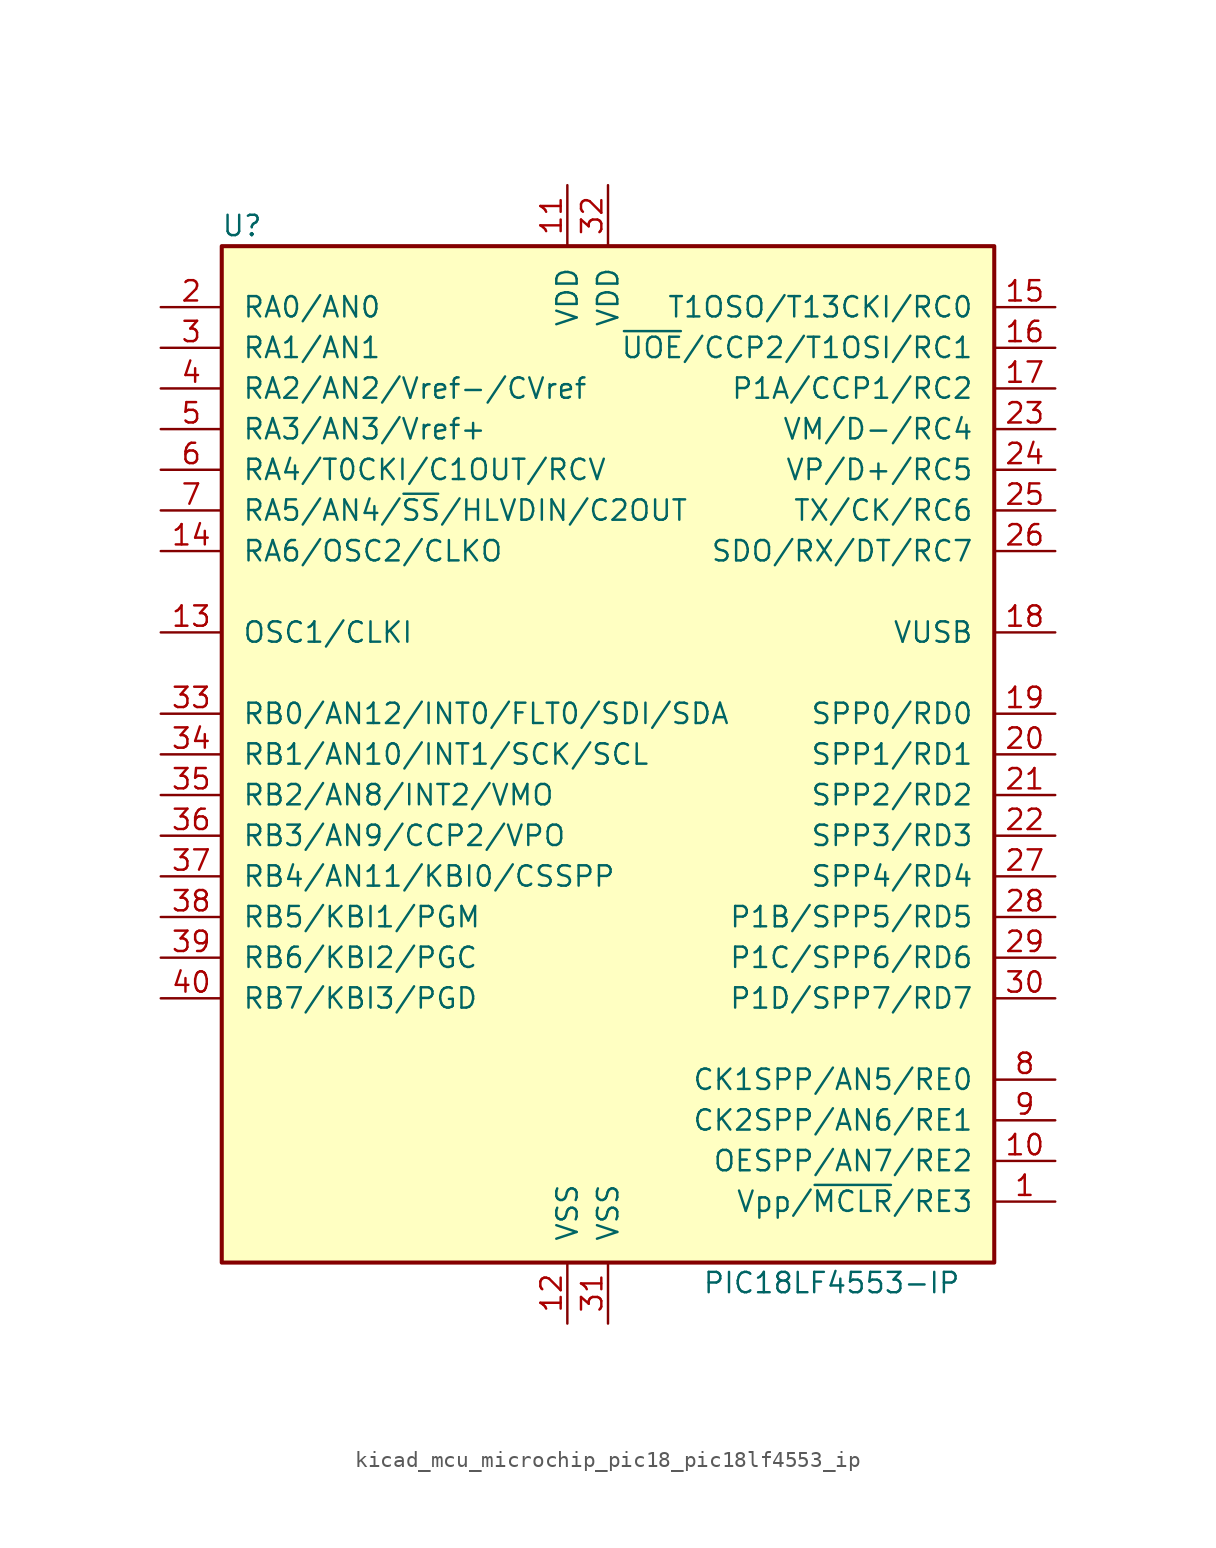
<source format=kicad_sym>
(kicad_symbol_lib
  (version 20220914)
  (generator kicad_symbol_editor)
  (symbol "kicad_mcu_microchip_pic18_pic18lf4553_ip"
    (pin_names
      (offset 1.27))
    (property "Reference" "U"
      (at -22.86 33.02 0)
      (effects (font (size 1.27 1.27))))
    (property "Value" "PIC18LF4553-IP"
      (at 13.97 -33.02 0)
      (effects (font (size 1.27 1.27))))
    (symbol "kicad_mcu_microchip_pic18_pic18lf4553_ip_0_1"
      (rectangle (start -24.13 31.75) (end 24.13 -31.75) (stroke (width 0.254) (type default)) (fill (type background))))
    (symbol "kicad_mcu_microchip_pic18_pic18lf4553_ip_1_1"
      (pin input line (at 27.94 -27.94 180) (length 3.81) (name "Vpp/~{MCLR}/RE3" (effects (font (size 1.27 1.27)))) (number "1" (effects (font (size 1.27 1.27)))))
      (pin bidirectional line (at 27.94 -25.4 180) (length 3.81) (name "OESPP/AN7/RE2" (effects (font (size 1.27 1.27)))) (number "10" (effects (font (size 1.27 1.27)))))
      (pin power_in line (at -2.54 35.56 270) (length 3.81) (name "VDD" (effects (font (size 1.27 1.27)))) (number "11" (effects (font (size 1.27 1.27)))))
      (pin power_in line (at -2.54 -35.56 90) (length 3.81) (name "VSS" (effects (font (size 1.27 1.27)))) (number "12" (effects (font (size 1.27 1.27)))))
      (pin input line (at -27.94 7.62 0) (length 3.81) (name "OSC1/CLKI" (effects (font (size 1.27 1.27)))) (number "13" (effects (font (size 1.27 1.27)))))
      (pin bidirectional line (at -27.94 12.7 0) (length 3.81) (name "RA6/OSC2/CLKO" (effects (font (size 1.27 1.27)))) (number "14" (effects (font (size 1.27 1.27)))))
      (pin bidirectional line (at 27.94 27.94 180) (length 3.81) (name "T1OSO/T13CKI/RC0" (effects (font (size 1.27 1.27)))) (number "15" (effects (font (size 1.27 1.27)))))
      (pin bidirectional line (at 27.94 25.4 180) (length 3.81) (name "~{UOE}/CCP2/T1OSI/RC1" (effects (font (size 1.27 1.27)))) (number "16" (effects (font (size 1.27 1.27)))))
      (pin bidirectional line (at 27.94 22.86 180) (length 3.81) (name "P1A/CCP1/RC2" (effects (font (size 1.27 1.27)))) (number "17" (effects (font (size 1.27 1.27)))))
      (pin bidirectional line (at 27.94 7.62 180) (length 3.81) (name "VUSB" (effects (font (size 1.27 1.27)))) (number "18" (effects (font (size 1.27 1.27)))))
      (pin bidirectional line (at 27.94 2.54 180) (length 3.81) (name "SPP0/RD0" (effects (font (size 1.27 1.27)))) (number "19" (effects (font (size 1.27 1.27)))))
      (pin bidirectional line (at -27.94 27.94 0) (length 3.81) (name "RA0/AN0" (effects (font (size 1.27 1.27)))) (number "2" (effects (font (size 1.27 1.27)))))
      (pin bidirectional line (at 27.94 0 180) (length 3.81) (name "SPP1/RD1" (effects (font (size 1.27 1.27)))) (number "20" (effects (font (size 1.27 1.27)))))
      (pin bidirectional line (at 27.94 -2.54 180) (length 3.81) (name "SPP2/RD2" (effects (font (size 1.27 1.27)))) (number "21" (effects (font (size 1.27 1.27)))))
      (pin bidirectional line (at 27.94 -5.08 180) (length 3.81) (name "SPP3/RD3" (effects (font (size 1.27 1.27)))) (number "22" (effects (font (size 1.27 1.27)))))
      (pin bidirectional line (at 27.94 20.32 180) (length 3.81) (name "VM/D-/RC4" (effects (font (size 1.27 1.27)))) (number "23" (effects (font (size 1.27 1.27)))))
      (pin bidirectional line (at 27.94 17.78 180) (length 3.81) (name "VP/D+/RC5" (effects (font (size 1.27 1.27)))) (number "24" (effects (font (size 1.27 1.27)))))
      (pin bidirectional line (at 27.94 15.24 180) (length 3.81) (name "TX/CK/RC6" (effects (font (size 1.27 1.27)))) (number "25" (effects (font (size 1.27 1.27)))))
      (pin bidirectional line (at 27.94 12.7 180) (length 3.81) (name "SDO/RX/DT/RC7" (effects (font (size 1.27 1.27)))) (number "26" (effects (font (size 1.27 1.27)))))
      (pin bidirectional line (at 27.94 -7.62 180) (length 3.81) (name "SPP4/RD4" (effects (font (size 1.27 1.27)))) (number "27" (effects (font (size 1.27 1.27)))))
      (pin bidirectional line (at 27.94 -10.16 180) (length 3.81) (name "P1B/SPP5/RD5" (effects (font (size 1.27 1.27)))) (number "28" (effects (font (size 1.27 1.27)))))
      (pin bidirectional line (at 27.94 -12.7 180) (length 3.81) (name "P1C/SPP6/RD6" (effects (font (size 1.27 1.27)))) (number "29" (effects (font (size 1.27 1.27)))))
      (pin bidirectional line (at -27.94 25.4 0) (length 3.81) (name "RA1/AN1" (effects (font (size 1.27 1.27)))) (number "3" (effects (font (size 1.27 1.27)))))
      (pin bidirectional line (at 27.94 -15.24 180) (length 3.81) (name "P1D/SPP7/RD7" (effects (font (size 1.27 1.27)))) (number "30" (effects (font (size 1.27 1.27)))))
      (pin power_in line (at 0 -35.56 90) (length 3.81) (name "VSS" (effects (font (size 1.27 1.27)))) (number "31" (effects (font (size 1.27 1.27)))))
      (pin power_in line (at 0 35.56 270) (length 3.81) (name "VDD" (effects (font (size 1.27 1.27)))) (number "32" (effects (font (size 1.27 1.27)))))
      (pin bidirectional line (at -27.94 2.54 0) (length 3.81) (name "RB0/AN12/INT0/FLT0/SDI/SDA" (effects (font (size 1.27 1.27)))) (number "33" (effects (font (size 1.27 1.27)))))
      (pin bidirectional line (at -27.94 0 0) (length 3.81) (name "RB1/AN10/INT1/SCK/SCL" (effects (font (size 1.27 1.27)))) (number "34" (effects (font (size 1.27 1.27)))))
      (pin bidirectional line (at -27.94 -2.54 0) (length 3.81) (name "RB2/AN8/INT2/VMO" (effects (font (size 1.27 1.27)))) (number "35" (effects (font (size 1.27 1.27)))))
      (pin bidirectional line (at -27.94 -5.08 0) (length 3.81) (name "RB3/AN9/CCP2/VPO" (effects (font (size 1.27 1.27)))) (number "36" (effects (font (size 1.27 1.27)))))
      (pin bidirectional line (at -27.94 -7.62 0) (length 3.81) (name "RB4/AN11/KBI0/CSSPP" (effects (font (size 1.27 1.27)))) (number "37" (effects (font (size 1.27 1.27)))))
      (pin bidirectional line (at -27.94 -10.16 0) (length 3.81) (name "RB5/KBI1/PGM" (effects (font (size 1.27 1.27)))) (number "38" (effects (font (size 1.27 1.27)))))
      (pin bidirectional line (at -27.94 -12.7 0) (length 3.81) (name "RB6/KBI2/PGC" (effects (font (size 1.27 1.27)))) (number "39" (effects (font (size 1.27 1.27)))))
      (pin bidirectional line (at -27.94 22.86 0) (length 3.81) (name "RA2/AN2/Vref-/CVref" (effects (font (size 1.27 1.27)))) (number "4" (effects (font (size 1.27 1.27)))))
      (pin bidirectional line (at -27.94 -15.24 0) (length 3.81) (name "RB7/KBI3/PGD" (effects (font (size 1.27 1.27)))) (number "40" (effects (font (size 1.27 1.27)))))
      (pin bidirectional line (at -27.94 20.32 0) (length 3.81) (name "RA3/AN3/Vref+" (effects (font (size 1.27 1.27)))) (number "5" (effects (font (size 1.27 1.27)))))
      (pin bidirectional line (at -27.94 17.78 0) (length 3.81) (name "RA4/T0CKI/C1OUT/RCV" (effects (font (size 1.27 1.27)))) (number "6" (effects (font (size 1.27 1.27)))))
      (pin bidirectional line (at -27.94 15.24 0) (length 3.81) (name "RA5/AN4/~{SS}/HLVDIN/C2OUT" (effects (font (size 1.27 1.27)))) (number "7" (effects (font (size 1.27 1.27)))))
      (pin bidirectional line (at 27.94 -20.32 180) (length 3.81) (name "CK1SPP/AN5/RE0" (effects (font (size 1.27 1.27)))) (number "8" (effects (font (size 1.27 1.27)))))
      (pin bidirectional line (at 27.94 -22.86 180) (length 3.81) (name "CK2SPP/AN6/RE1" (effects (font (size 1.27 1.27)))) (number "9" (effects (font (size 1.27 1.27))))))))
</source>
